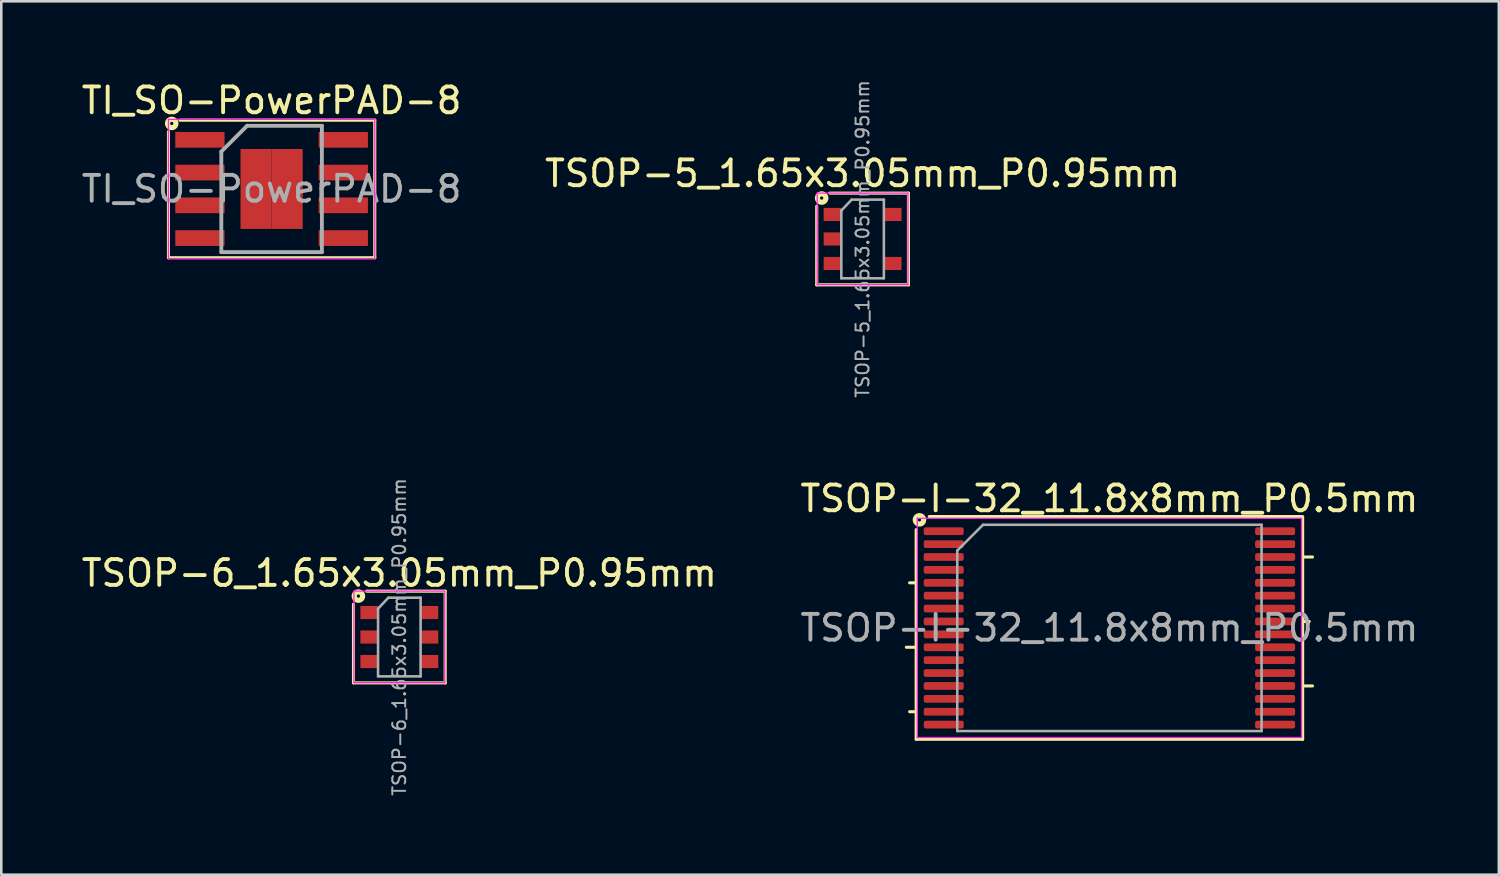
<source format=kicad_pcb>
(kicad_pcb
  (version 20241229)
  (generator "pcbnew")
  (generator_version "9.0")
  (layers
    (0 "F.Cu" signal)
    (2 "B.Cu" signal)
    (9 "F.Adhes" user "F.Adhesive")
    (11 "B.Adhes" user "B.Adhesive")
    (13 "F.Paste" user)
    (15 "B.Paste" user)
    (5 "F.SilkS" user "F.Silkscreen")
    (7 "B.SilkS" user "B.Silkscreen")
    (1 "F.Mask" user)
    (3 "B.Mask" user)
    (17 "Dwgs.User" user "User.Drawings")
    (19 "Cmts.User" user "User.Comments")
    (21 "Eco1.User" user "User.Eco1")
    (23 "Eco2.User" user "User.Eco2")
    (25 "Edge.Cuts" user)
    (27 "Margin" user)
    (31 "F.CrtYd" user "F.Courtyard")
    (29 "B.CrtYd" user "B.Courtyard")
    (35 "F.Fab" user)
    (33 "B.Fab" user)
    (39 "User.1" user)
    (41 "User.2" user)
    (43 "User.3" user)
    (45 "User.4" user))
  (footprint "TI_SO-PowerPAD-8"
    (layer "F.Cu")
    (at 7.482 4.277)
    (property "Reference" "TI_SO-PowerPAD-8" (at 0 -3.429 0) (layer "F.SilkS") (effects (font (size 1 1) (thickness 0.15))))
    (attr smd)
    (fp_line (start -4 -2.223) (end -4 2.667) (stroke (width 0.12) (type solid)) (layer "F.SilkS"))
    (fp_line (start -4 2.667) (end 4 2.667) (stroke (width 0.12) (type solid)) (layer "F.SilkS"))
    (fp_line (start 4 -2.667) (end -3.556 -2.667) (stroke (width 0.12) (type solid)) (layer "F.SilkS"))
    (fp_line (start 4 2.667) (end 4 -2.667) (stroke (width 0.12) (type solid)) (layer "F.SilkS"))
    (fp_circle (center -3.873 -2.54) (end -3.81 -2.54) (stroke (width 0.2) (type solid)) (fill no) (layer "F.SilkS"))
    (fp_line (start -4 -2.7) (end -4 2.7) (stroke (width 0.05) (type solid)) (layer "F.CrtYd"))
    (fp_line (start -4 -2.7) (end 4 -2.7) (stroke (width 0.05) (type solid)) (layer "F.CrtYd"))
    (fp_line (start -4 2.7) (end 4 2.7) (stroke (width 0.05) (type solid)) (layer "F.CrtYd"))
    (fp_line (start 4 -2.7) (end 4 2.7) (stroke (width 0.05) (type solid)) (layer "F.CrtYd"))
    (fp_line (start -1.95 -1.45) (end -0.95 -2.45) (stroke (width 0.15) (type solid)) (layer "F.Fab"))
    (fp_line (start -1.95 2.45) (end -1.95 -1.45) (stroke (width 0.15) (type solid)) (layer "F.Fab"))
    (fp_line (start -0.95 -2.45) (end 1.95 -2.45) (stroke (width 0.15) (type solid)) (layer "F.Fab"))
    (fp_line (start 1.95 -2.45) (end 1.95 2.45) (stroke (width 0.15) (type solid)) (layer "F.Fab"))
    (fp_line (start 1.95 2.45) (end -1.95 2.45) (stroke (width 0.15) (type solid)) (layer "F.Fab"))
    (fp_text user "${REFERENCE}" (at 0 0 0) (layer "F.Fab") (effects (font (size 1 1) (thickness 0.15))))
    (pad "1" smd rect (at -2.78 -1.905) (size 1.91 0.61) (layers "F.Cu" "F.Mask" "F.Paste"))
    (pad "2" smd rect (at -2.78 -0.635) (size 1.91 0.61) (layers "F.Cu" "F.Mask" "F.Paste"))
    (pad "3" smd rect (at -2.78 0.635) (size 1.91 0.61) (layers "F.Cu" "F.Mask" "F.Paste"))
    (pad "4" smd rect (at -2.78 1.905) (size 1.91 0.61) (layers "F.Cu" "F.Mask" "F.Paste"))
    (pad "5" smd rect (at 2.78 1.905) (size 1.91 0.61) (layers "F.Cu" "F.Mask" "F.Paste"))
    (pad "6" smd rect (at 2.78 0.635) (size 1.91 0.61) (layers "F.Cu" "F.Mask" "F.Paste"))
    (pad "7" smd rect (at 2.78 -0.635) (size 1.91 0.61) (layers "F.Cu" "F.Mask" "F.Paste"))
    (pad "8" smd rect (at 2.78 -1.905) (size 1.91 0.61) (layers "F.Cu" "F.Mask" "F.Paste"))
    (pad "9" smd rect (at -0.603 -0.775) (size 1.205 1.55) (layers "F.Cu" "F.Mask" "F.Paste"))
    (pad "9" smd rect (at -0.603 0.775) (size 1.205 1.55) (layers "F.Cu" "F.Mask" "F.Paste"))
    (pad "9" smd rect (at 0.603 -0.775) (size 1.205 1.55) (layers "F.Cu" "F.Mask" "F.Paste"))
    (pad "9" smd rect (at 0.603 0.775) (size 1.205 1.55) (layers "F.Cu" "F.Mask" "F.Paste")))
  (footprint "TSOP-6_1.65x3.05mm_P0.95mm"
    (layer "F.Cu")
    (at 12.435 21.652)
    (property "Reference" "TSOP-6_1.65x3.05mm_P0.95mm" (at 0 -2.477 0) (layer "F.SilkS") (effects (font (size 1 1) (thickness 0.15))))
    (attr smd)
    (fp_line (start -1.778 -1.27) (end -1.778 1.778) (stroke (width 0.12) (type solid)) (layer "F.SilkS"))
    (fp_line (start -1.778 1.778) (end 1.778 1.778) (stroke (width 0.12) (type solid)) (layer "F.SilkS"))
    (fp_line (start 1.778 -1.778) (end -1.27 -1.778) (stroke (width 0.12) (type solid)) (layer "F.SilkS"))
    (fp_line (start 1.778 1.778) (end 1.778 -1.778) (stroke (width 0.12) (type solid)) (layer "F.SilkS"))
    (fp_circle (center -1.587 -1.587) (end -1.524 -1.587) (stroke (width 0.2) (type solid)) (fill no) (layer "F.SilkS"))
    (fp_line (start -1.76 -1.78) (end -1.76 1.77) (stroke (width 0.05) (type solid)) (layer "F.CrtYd"))
    (fp_line (start -1.76 -1.78) (end 1.76 -1.78) (stroke (width 0.05) (type solid)) (layer "F.CrtYd"))
    (fp_line (start 1.76 1.77) (end -1.76 1.77) (stroke (width 0.05) (type solid)) (layer "F.CrtYd"))
    (fp_line (start 1.76 1.77) (end 1.76 -1.78) (stroke (width 0.05) (type solid)) (layer "F.CrtYd"))
    (fp_line (start -0.825 -1.1) (end -0.825 1.525) (stroke (width 0.1) (type solid)) (layer "F.Fab"))
    (fp_line (start -0.825 -1.1) (end -0.425 -1.525) (stroke (width 0.1) (type solid)) (layer "F.Fab"))
    (fp_line (start 0.825 -1.525) (end -0.425 -1.525) (stroke (width 0.1) (type solid)) (layer "F.Fab"))
    (fp_line (start 0.825 -1.525) (end 0.825 1.525) (stroke (width 0.1) (type solid)) (layer "F.Fab"))
    (fp_line (start 0.825 1.525) (end -0.825 1.525) (stroke (width 0.1) (type solid)) (layer "F.Fab"))
    (fp_text user "${REFERENCE}" (at 0 0 90) (layer "F.Fab") (effects (font (size 0.5 0.5) (thickness 0.075))))
    (pad "1" smd rect (at -1.16 -0.95) (size 0.7 0.51) (layers "F.Cu" "F.Mask" "F.Paste"))
    (pad "2" smd rect (at -1.16 0) (size 0.7 0.51) (layers "F.Cu" "F.Mask" "F.Paste"))
    (pad "3" smd rect (at -1.16 0.95) (size 0.7 0.51) (layers "F.Cu" "F.Mask" "F.Paste"))
    (pad "4" smd rect (at 1.16 0.95) (size 0.7 0.51) (layers "F.Cu" "F.Mask" "F.Paste"))
    (pad "5" smd rect (at 1.16 0) (size 0.7 0.51) (layers "F.Cu" "F.Mask" "F.Paste"))
    (pad "6" smd rect (at 1.16 -0.95) (size 0.7 0.51) (layers "F.Cu" "F.Mask" "F.Paste")))
  (footprint "TSOP-5_1.65x3.05mm_P0.95mm"
    (layer "F.Cu")
    (at 30.399 6.217)
    (property "Reference" "TSOP-5_1.65x3.05mm_P0.95mm" (at 0 -2.54 0) (layer "F.SilkS") (effects (font (size 1 1) (thickness 0.15))))
    (attr smd)
    (fp_line (start -1.778 -1.27) (end -1.778 1.778) (stroke (width 0.12) (type solid)) (layer "F.SilkS"))
    (fp_line (start -1.778 1.778) (end 1.778 1.778) (stroke (width 0.12) (type solid)) (layer "F.SilkS"))
    (fp_line (start 1.778 -1.778) (end -1.27 -1.778) (stroke (width 0.12) (type solid)) (layer "F.SilkS"))
    (fp_line (start 1.778 1.778) (end 1.778 -1.778) (stroke (width 0.12) (type solid)) (layer "F.SilkS"))
    (fp_circle (center -1.587 -1.587) (end -1.524 -1.587) (stroke (width 0.2) (type solid)) (fill no) (layer "F.SilkS"))
    (fp_line (start -1.76 -1.78) (end -1.76 1.77) (stroke (width 0.05) (type solid)) (layer "F.CrtYd"))
    (fp_line (start -1.76 -1.78) (end 1.76 -1.78) (stroke (width 0.05) (type solid)) (layer "F.CrtYd"))
    (fp_line (start 1.76 1.77) (end -1.76 1.77) (stroke (width 0.05) (type solid)) (layer "F.CrtYd"))
    (fp_line (start 1.76 1.77) (end 1.76 -1.78) (stroke (width 0.05) (type solid)) (layer "F.CrtYd"))
    (fp_line (start -0.825 -1.1) (end -0.825 1.525) (stroke (width 0.1) (type solid)) (layer "F.Fab"))
    (fp_line (start -0.825 -1.1) (end -0.425 -1.525) (stroke (width 0.1) (type solid)) (layer "F.Fab"))
    (fp_line (start 0.825 -1.525) (end -0.425 -1.525) (stroke (width 0.1) (type solid)) (layer "F.Fab"))
    (fp_line (start 0.825 -1.525) (end 0.825 1.525) (stroke (width 0.1) (type solid)) (layer "F.Fab"))
    (fp_line (start 0.825 1.525) (end -0.825 1.525) (stroke (width 0.1) (type solid)) (layer "F.Fab"))
    (fp_text user "${REFERENCE}" (at 0 0 90) (layer "F.Fab") (effects (font (size 0.5 0.5) (thickness 0.075))))
    (pad "1" smd rect (at -1.16 -0.95) (size 0.7 0.51) (layers "F.Cu" "F.Mask" "F.Paste"))
    (pad "2" smd rect (at -1.16 0) (size 0.7 0.51) (layers "F.Cu" "F.Mask" "F.Paste"))
    (pad "3" smd rect (at -1.16 0.95) (size 0.7 0.51) (layers "F.Cu" "F.Mask" "F.Paste"))
    (pad "4" smd rect (at 1.16 0.95) (size 0.7 0.51) (layers "F.Cu" "F.Mask" "F.Paste"))
    (pad "5" smd rect (at 1.16 -0.95) (size 0.7 0.51) (layers "F.Cu" "F.Mask" "F.Paste")))
  (footprint "TSOP-I-32_11.8x8mm_P0.5mm"
    (layer "F.Cu")
    (at 39.97 21.299)
    (property "Reference" "TSOP-I-32_11.8x8mm_P0.5mm" (at 0 -5.016 0) (layer "F.SilkS") (effects (font (size 1 1) (thickness 0.15))))
    (attr smd)
    (fp_line (start -7.874 0.75) (end -7.5 0.75) (stroke (width 0.12) (type solid)) (layer "F.SilkS"))
    (fp_line (start -7.747 -1.75) (end -7.493 -1.75) (stroke (width 0.12) (type solid)) (layer "F.SilkS"))
    (fp_line (start -7.747 3.25) (end -7.5 3.25) (stroke (width 0.12) (type solid)) (layer "F.SilkS"))
    (fp_line (start -7.493 -3.81) (end -7.493 4.318) (stroke (width 0.12) (type solid)) (layer "F.SilkS"))
    (fp_line (start -7.493 4.318) (end 7.493 4.318) (stroke (width 0.12) (type solid)) (layer "F.SilkS"))
    (fp_line (start 7.429 -4.318) (end -6.985 -4.318) (stroke (width 0.12) (type solid)) (layer "F.SilkS"))
    (fp_line (start 7.493 4.318) (end 7.493 -4.318) (stroke (width 0.12) (type solid)) (layer "F.SilkS"))
    (fp_line (start 7.5 -2.75) (end 7.874 -2.75) (stroke (width 0.12) (type solid)) (layer "F.SilkS"))
    (fp_line (start 7.5 -0.25) (end 7.747 -0.25) (stroke (width 0.12) (type solid)) (layer "F.SilkS"))
    (fp_line (start 7.5 2.25) (end 7.874 2.25) (stroke (width 0.12) (type solid)) (layer "F.SilkS"))
    (fp_circle (center -7.366 -4.191) (end -7.303 -4.191) (stroke (width 0.2) (type solid)) (fill no) (layer "F.SilkS"))
    (fp_line (start -7.45 -4.25) (end -7.45 4.25) (stroke (width 0.05) (type solid)) (layer "F.CrtYd"))
    (fp_line (start -7.45 4.25) (end 7.45 4.25) (stroke (width 0.05) (type solid)) (layer "F.CrtYd"))
    (fp_line (start 7.45 -4.25) (end -7.45 -4.25) (stroke (width 0.05) (type solid)) (layer "F.CrtYd"))
    (fp_line (start 7.45 4.25) (end 7.45 -4.25) (stroke (width 0.05) (type solid)) (layer "F.CrtYd"))
    (fp_line (start -5.9 -3) (end -4.9 -4) (stroke (width 0.1) (type solid)) (layer "F.Fab"))
    (fp_line (start -5.9 4) (end -5.9 -3) (stroke (width 0.1) (type solid)) (layer "F.Fab"))
    (fp_line (start -4.9 -4) (end 5.9 -4) (stroke (width 0.1) (type solid)) (layer "F.Fab"))
    (fp_line (start 5.9 -4) (end 5.9 4) (stroke (width 0.1) (type solid)) (layer "F.Fab"))
    (fp_line (start 5.9 4) (end -5.9 4) (stroke (width 0.1) (type solid)) (layer "F.Fab"))
    (fp_text user "${REFERENCE}" (at 0 0 0) (layer "F.Fab") (effects (font (size 1 1) (thickness 0.15))))
    (pad "1" smd roundrect (at -6.425 -3.75) (size 1.55 0.3) (layers "F.Cu" "F.Mask" "F.Paste") (roundrect_rratio 0.25))
    (pad "2" smd roundrect (at -6.425 -3.25) (size 1.55 0.3) (layers "F.Cu" "F.Mask" "F.Paste") (roundrect_rratio 0.25))
    (pad "3" smd roundrect (at -6.425 -2.75) (size 1.55 0.3) (layers "F.Cu" "F.Mask" "F.Paste") (roundrect_rratio 0.25))
    (pad "4" smd roundrect (at -6.425 -2.25) (size 1.55 0.3) (layers "F.Cu" "F.Mask" "F.Paste") (roundrect_rratio 0.25))
    (pad "5" smd roundrect (at -6.425 -1.75) (size 1.55 0.3) (layers "F.Cu" "F.Mask" "F.Paste") (roundrect_rratio 0.25))
    (pad "6" smd roundrect (at -6.425 -1.25) (size 1.55 0.3) (layers "F.Cu" "F.Mask" "F.Paste") (roundrect_rratio 0.25))
    (pad "7" smd roundrect (at -6.425 -0.75) (size 1.55 0.3) (layers "F.Cu" "F.Mask" "F.Paste") (roundrect_rratio 0.25))
    (pad "8" smd roundrect (at -6.425 -0.25) (size 1.55 0.3) (layers "F.Cu" "F.Mask" "F.Paste") (roundrect_rratio 0.25))
    (pad "9" smd roundrect (at -6.425 0.25) (size 1.55 0.3) (layers "F.Cu" "F.Mask" "F.Paste") (roundrect_rratio 0.25))
    (pad "10" smd roundrect (at -6.425 0.75) (size 1.55 0.3) (layers "F.Cu" "F.Mask" "F.Paste") (roundrect_rratio 0.25))
    (pad "11" smd roundrect (at -6.425 1.25) (size 1.55 0.3) (layers "F.Cu" "F.Mask" "F.Paste") (roundrect_rratio 0.25))
    (pad "12" smd roundrect (at -6.425 1.75) (size 1.55 0.3) (layers "F.Cu" "F.Mask" "F.Paste") (roundrect_rratio 0.25))
    (pad "13" smd roundrect (at -6.425 2.25) (size 1.55 0.3) (layers "F.Cu" "F.Mask" "F.Paste") (roundrect_rratio 0.25))
    (pad "14" smd roundrect (at -6.425 2.75) (size 1.55 0.3) (layers "F.Cu" "F.Mask" "F.Paste") (roundrect_rratio 0.25))
    (pad "15" smd roundrect (at -6.425 3.25) (size 1.55 0.3) (layers "F.Cu" "F.Mask" "F.Paste") (roundrect_rratio 0.25))
    (pad "16" smd roundrect (at -6.425 3.75) (size 1.55 0.3) (layers "F.Cu" "F.Mask" "F.Paste") (roundrect_rratio 0.25))
    (pad "17" smd roundrect (at 6.425 3.75) (size 1.55 0.3) (layers "F.Cu" "F.Mask" "F.Paste") (roundrect_rratio 0.25))
    (pad "18" smd roundrect (at 6.425 3.25) (size 1.55 0.3) (layers "F.Cu" "F.Mask" "F.Paste") (roundrect_rratio 0.25))
    (pad "19" smd roundrect (at 6.425 2.75) (size 1.55 0.3) (layers "F.Cu" "F.Mask" "F.Paste") (roundrect_rratio 0.25))
    (pad "20" smd roundrect (at 6.425 2.25) (size 1.55 0.3) (layers "F.Cu" "F.Mask" "F.Paste") (roundrect_rratio 0.25))
    (pad "21" smd roundrect (at 6.425 1.75) (size 1.55 0.3) (layers "F.Cu" "F.Mask" "F.Paste") (roundrect_rratio 0.25))
    (pad "22" smd roundrect (at 6.425 1.25) (size 1.55 0.3) (layers "F.Cu" "F.Mask" "F.Paste") (roundrect_rratio 0.25))
    (pad "23" smd roundrect (at 6.425 0.75) (size 1.55 0.3) (layers "F.Cu" "F.Mask" "F.Paste") (roundrect_rratio 0.25))
    (pad "24" smd roundrect (at 6.425 0.25) (size 1.55 0.3) (layers "F.Cu" "F.Mask" "F.Paste") (roundrect_rratio 0.25))
    (pad "25" smd roundrect (at 6.425 -0.25) (size 1.55 0.3) (layers "F.Cu" "F.Mask" "F.Paste") (roundrect_rratio 0.25))
    (pad "26" smd roundrect (at 6.425 -0.75) (size 1.55 0.3) (layers "F.Cu" "F.Mask" "F.Paste") (roundrect_rratio 0.25))
    (pad "27" smd roundrect (at 6.425 -1.25) (size 1.55 0.3) (layers "F.Cu" "F.Mask" "F.Paste") (roundrect_rratio 0.25))
    (pad "28" smd roundrect (at 6.425 -1.75) (size 1.55 0.3) (layers "F.Cu" "F.Mask" "F.Paste") (roundrect_rratio 0.25))
    (pad "29" smd roundrect (at 6.425 -2.25) (size 1.55 0.3) (layers "F.Cu" "F.Mask" "F.Paste") (roundrect_rratio 0.25))
    (pad "30" smd roundrect (at 6.425 -2.75) (size 1.55 0.3) (layers "F.Cu" "F.Mask" "F.Paste") (roundrect_rratio 0.25))
    (pad "31" smd roundrect (at 6.425 -3.25) (size 1.55 0.3) (layers "F.Cu" "F.Mask" "F.Paste") (roundrect_rratio 0.25))
    (pad "32" smd roundrect (at 6.425 -3.75) (size 1.55 0.3) (layers "F.Cu" "F.Mask" "F.Paste") (roundrect_rratio 0.25)))
  (gr_rect
    (start -3 -3)
    (end 55.071 30.869)
    (stroke (width 0.1) (type default))
    (fill no)
    (layer "Edge.Cuts")))
</source>
